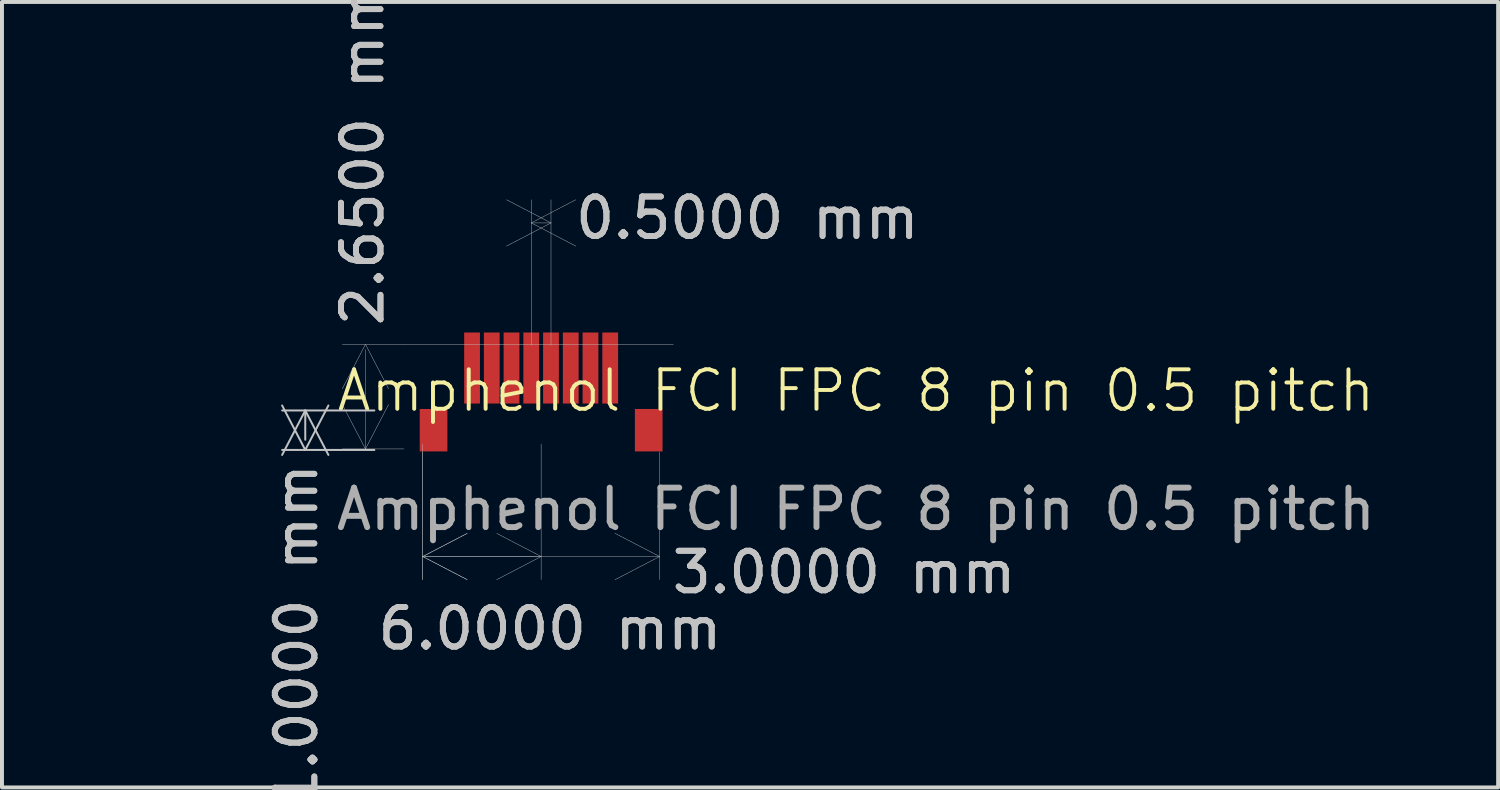
<source format=kicad_pcb>
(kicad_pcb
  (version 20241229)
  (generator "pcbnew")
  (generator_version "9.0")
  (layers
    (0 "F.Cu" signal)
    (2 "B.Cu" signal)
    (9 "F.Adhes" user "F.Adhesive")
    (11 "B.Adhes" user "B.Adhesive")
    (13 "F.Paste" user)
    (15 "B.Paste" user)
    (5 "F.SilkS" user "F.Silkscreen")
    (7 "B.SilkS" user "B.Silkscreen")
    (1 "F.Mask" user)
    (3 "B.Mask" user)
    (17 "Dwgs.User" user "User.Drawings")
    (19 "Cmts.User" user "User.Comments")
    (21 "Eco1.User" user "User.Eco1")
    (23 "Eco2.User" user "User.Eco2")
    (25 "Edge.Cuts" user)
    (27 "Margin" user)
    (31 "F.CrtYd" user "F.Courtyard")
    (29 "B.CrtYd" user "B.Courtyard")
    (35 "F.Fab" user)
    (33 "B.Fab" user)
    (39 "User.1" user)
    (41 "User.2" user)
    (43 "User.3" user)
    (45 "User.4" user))
  (footprint "Amphenol FCI FPC 8 pin 0.5 pitch"
    (layer "F.Cu")
    (at 10.658 7.698)
    (property "Reference" "Amphenol FCI FPC 8 pin 0.5 pitch" (at 7.975 -0.85 0) (unlocked yes) (layer "F.SilkS") (effects (font (size 1 1) (thickness 0.1))))
    (attr smd)
    (fp_line (start -3.475 -2.025) (end 3.35 -2.025) (stroke (width 0.01) (type default)) (layer "Dwgs.User"))
    (fp_text user "${REFERENCE}" (at 7.975 2.15 0) (unlocked yes) (layer "F.Fab") (effects (font (size 1 1) (thickness 0.15))))
    (dimension (type aligned) (layer "Dwgs.User") (pts (xy 10.408 6.198) (xy 10.908 6.198)) (height -3.601) (format (prefix "") (suffix "") (units 3) (units_format 1) (precision 4)) (style (thickness 0.01) (arrow_length 1.27) (text_position_mode 2) (arrow_direction outward) (extension_height 0.586) (extension_offset 0.5) (keep_text_aligned yes)) (gr_text "0.5000 mm" (at 15.883 2.473 0) (layer "Dwgs.User") (effects (font (size 1 1) (thickness 0.15)))))
    (dimension (type aligned) (layer "Dwgs.User") (pts (xy 7.683 8.323) (xy 7.683 5.673)) (height -1.475) (format (prefix "") (suffix "") (units 3) (units_format 1) (precision 4)) (style (thickness 0.01) (arrow_length 1.27) (text_position_mode 2) (arrow_direction outward) (extension_height 0.586) (extension_offset 0.5) (keep_text_aligned yes)) (gr_text "2.6500 mm" (at 6.133 0.848 90) (layer "Dwgs.User") (effects (font (size 1 1) (thickness 0.15)))))
    (dimension (type aligned) (layer "Dwgs.User") (pts (xy 6.933 7.348) (xy 6.933 8.348)) (height 2.25) (format (prefix "") (suffix "") (units 3) (units_format 1) (precision 4)) (style (thickness 0.05) (arrow_length 1.27) (text_position_mode 2) (arrow_direction outward) (extension_height 0.586) (extension_offset 0.5) (keep_text_aligned yes)) (gr_text "1.0000 mm" (at 4.458 13.048 90) (layer "Dwgs.User") (effects (font (size 1 1) (thickness 0.15)))))
    (dimension (type aligned) (layer "Dwgs.User") (pts (xy 7.658 7.898) (xy 13.658 7.898)) (height 3.15) (format (prefix "") (suffix "") (units 3) (units_format 1) (precision 4)) (style (thickness 0.01) (arrow_length 1.27) (text_position_mode 2) (arrow_direction outward) (extension_height 0.586) (extension_offset 0.5) (keep_text_aligned yes)) (gr_text "6.0000 mm" (at 10.883 12.873 0) (layer "Dwgs.User") (effects (font (size 1 1) (thickness 0.15)))))
    (dimension (type aligned) (layer "Dwgs.User") (pts (xy 10.658 7.698) (xy 7.658 7.698)) (height -3.35) (format (prefix "") (suffix "") (units 3) (units_format 1) (precision 4)) (style (thickness 0.01) (arrow_length 1.27) (text_position_mode 2) (arrow_direction outward) (extension_height 0.586) (extension_offset 0.5) (keep_text_aligned yes)) (gr_text "3.0000 mm" (at 18.333 11.448 0) (layer "Dwgs.User") (effects (font (size 1 1) (thickness 0.15)))))
    (pad "1" smd rect (at -1.75 -1.425) (size 0.4 1.8) (layers "F.Cu" "F.Mask" "F.Paste"))
    (pad "2" smd rect (at -1.25 -1.425) (size 0.4 1.8) (layers "F.Cu" "F.Mask" "F.Paste"))
    (pad "3" smd rect (at -0.75 -1.425) (size 0.4 1.8) (layers "F.Cu" "F.Mask" "F.Paste"))
    (pad "4" smd rect (at -0.25 -1.425) (size 0.4 1.8) (layers "F.Cu" "F.Mask" "F.Paste"))
    (pad "5" smd rect (at 0.25 -1.425) (size 0.4 1.8) (layers "F.Cu" "F.Mask" "F.Paste"))
    (pad "6" smd rect (at 0.75 -1.425) (size 0.4 1.8) (layers "F.Cu" "F.Mask" "F.Paste"))
    (pad "7" smd rect (at 1.25 -1.425) (size 0.4 1.8) (layers "F.Cu" "F.Mask" "F.Paste"))
    (pad "8" smd rect (at 1.75 -1.425) (size 0.4 1.8) (layers "F.Cu" "F.Mask" "F.Paste"))
    (pad "9" smd rect (at -2.725 0.15) (size 0.7 1.075) (layers "F.Cu" "F.Mask" "F.Paste"))
    (pad "9" smd rect (at 2.725 0.15) (size 0.7 1.075) (layers "F.Cu" "F.Mask" "F.Paste")))
  (gr_rect
    (start -3 -3)
    (end 34.901 16.897)
    (stroke (width 0.1) (type default))
    (fill no)
    (layer "Edge.Cuts")))
</source>
